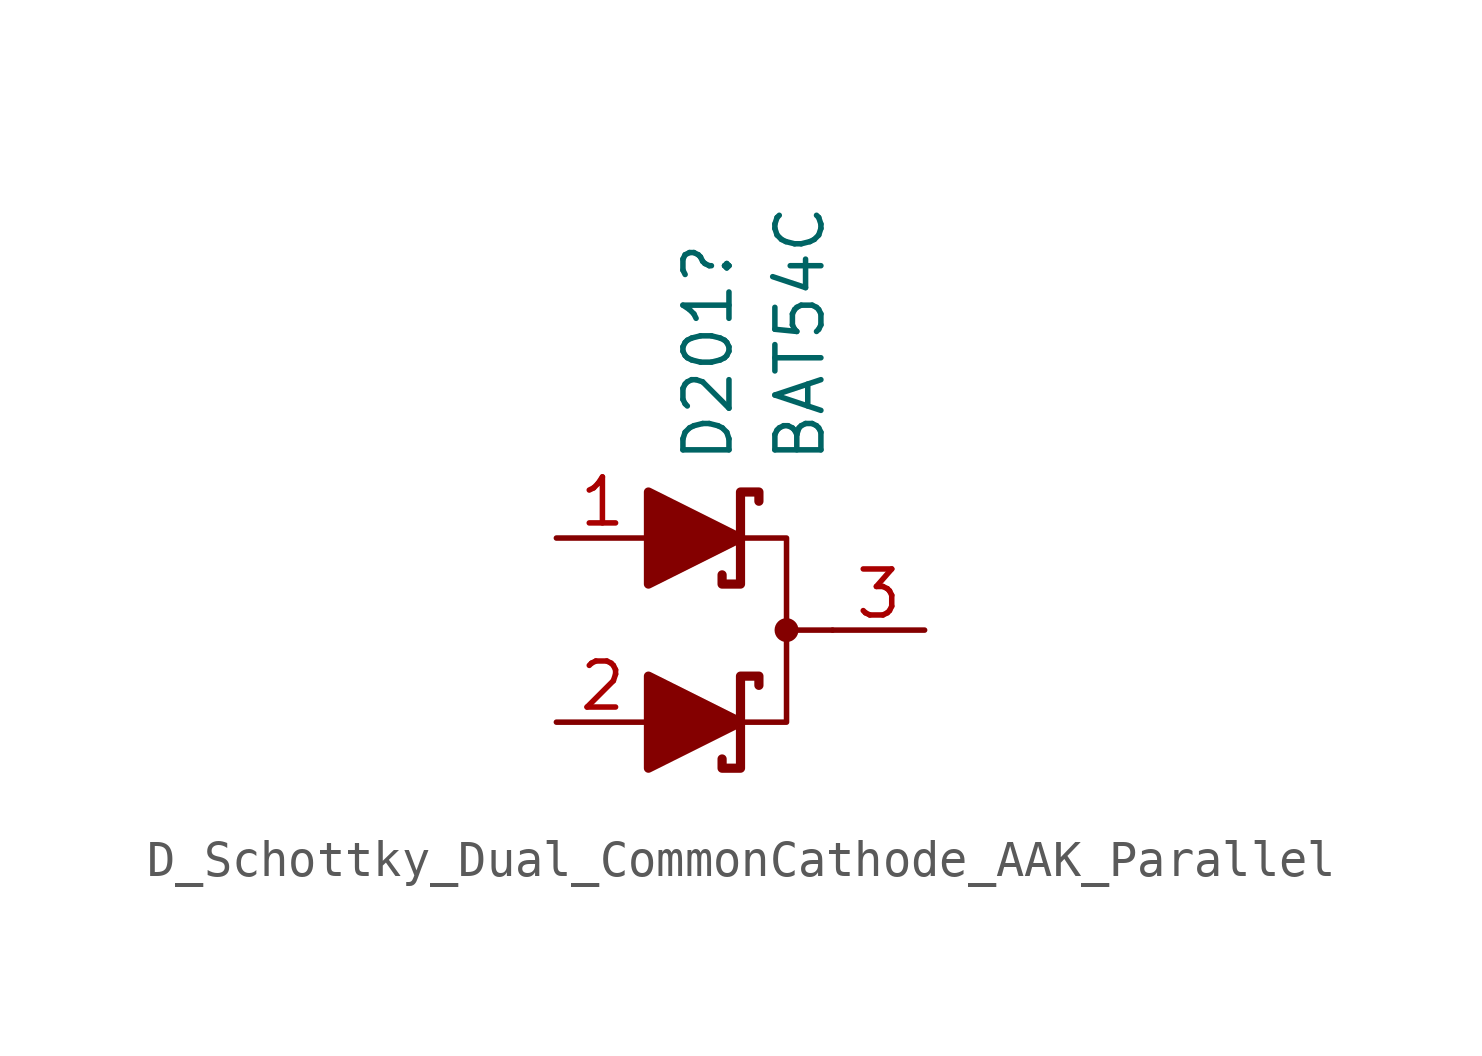
<source format=kicad_sym>
(kicad_symbol_lib
  (version 20241209)
  (generator "kicad_symbol_editor")
  (generator_version "9.0")
  (symbol "D_Schottky_Dual_CommonCathode_AAK_Parallel"
    (pin_names
      (offset 0.762)
      (hide yes))
    (property "Reference" "D201"
      (at -0.898 4.572 90)
      (effects (font (size 1.27 1.27)) (justify left)))
    (property "Value" "BAT54C"
      (at 1.639 4.572 90)
      (effects (font (size 1.27 1.27)) (justify left)))
    (symbol "D_Schottky_Dual_CommonCathode_AAK_Parallel_0_1"
      (polyline (pts (xy -2.54 3.81) (xy 0 2.54) (xy -2.54 1.27) (xy -2.54 3.81) (xy -2.54 3.81) (xy -2.54 3.81)) (stroke (width 0.254) (type default)) (fill (type outline)))
      (polyline (pts (xy -2.54 -1.27) (xy 0 -2.54) (xy -2.54 -3.81) (xy -2.54 -1.27) (xy -2.54 -1.27) (xy -2.54 -1.27)) (stroke (width 0.254) (type default)) (fill (type outline)))
      (polyline (pts (xy -2.54 -2.54) (xy 1.27 -2.54) (xy 1.27 2.54) (xy -2.54 2.54)) (stroke (width 0) (type default)) (fill (type none)))
      (polyline (pts (xy 0.508 3.556) (xy 0.508 3.81) (xy 0 3.81) (xy 0 1.27) (xy -0.508 1.27) (xy -0.508 1.524)) (stroke (width 0.254) (type default)) (fill (type none)))
      (polyline (pts (xy 0.508 -1.524) (xy 0.508 -1.27) (xy 0 -1.27) (xy 0 -3.81) (xy -0.508 -3.81) (xy -0.508 -3.556)) (stroke (width 0.254) (type default)) (fill (type none)))
      (polyline (pts (xy 1.27 0) (xy 2.54 0)) (stroke (width 0) (type default)) (fill (type none)))
      (circle (center 1.27 0) (radius 0.254) (stroke (width 0) (type default)) (fill (type outline)))
      (pin passive line (at -5.08 2.54 0) (length 2.54) (name "K" (effects (font (size 1.27 1.27)))) (number "1" (effects (font (size 1.27 1.27)))))
      (pin passive line (at -5.08 -2.54 0) (length 2.54) (name "K" (effects (font (size 1.27 1.27)))) (number "2" (effects (font (size 1.27 1.27)))))
      (pin passive line (at 5.08 0 180) (length 2.54) (name "A" (effects (font (size 1.27 1.27)))) (number "3" (effects (font (size 1.27 1.27))))))))
</source>
